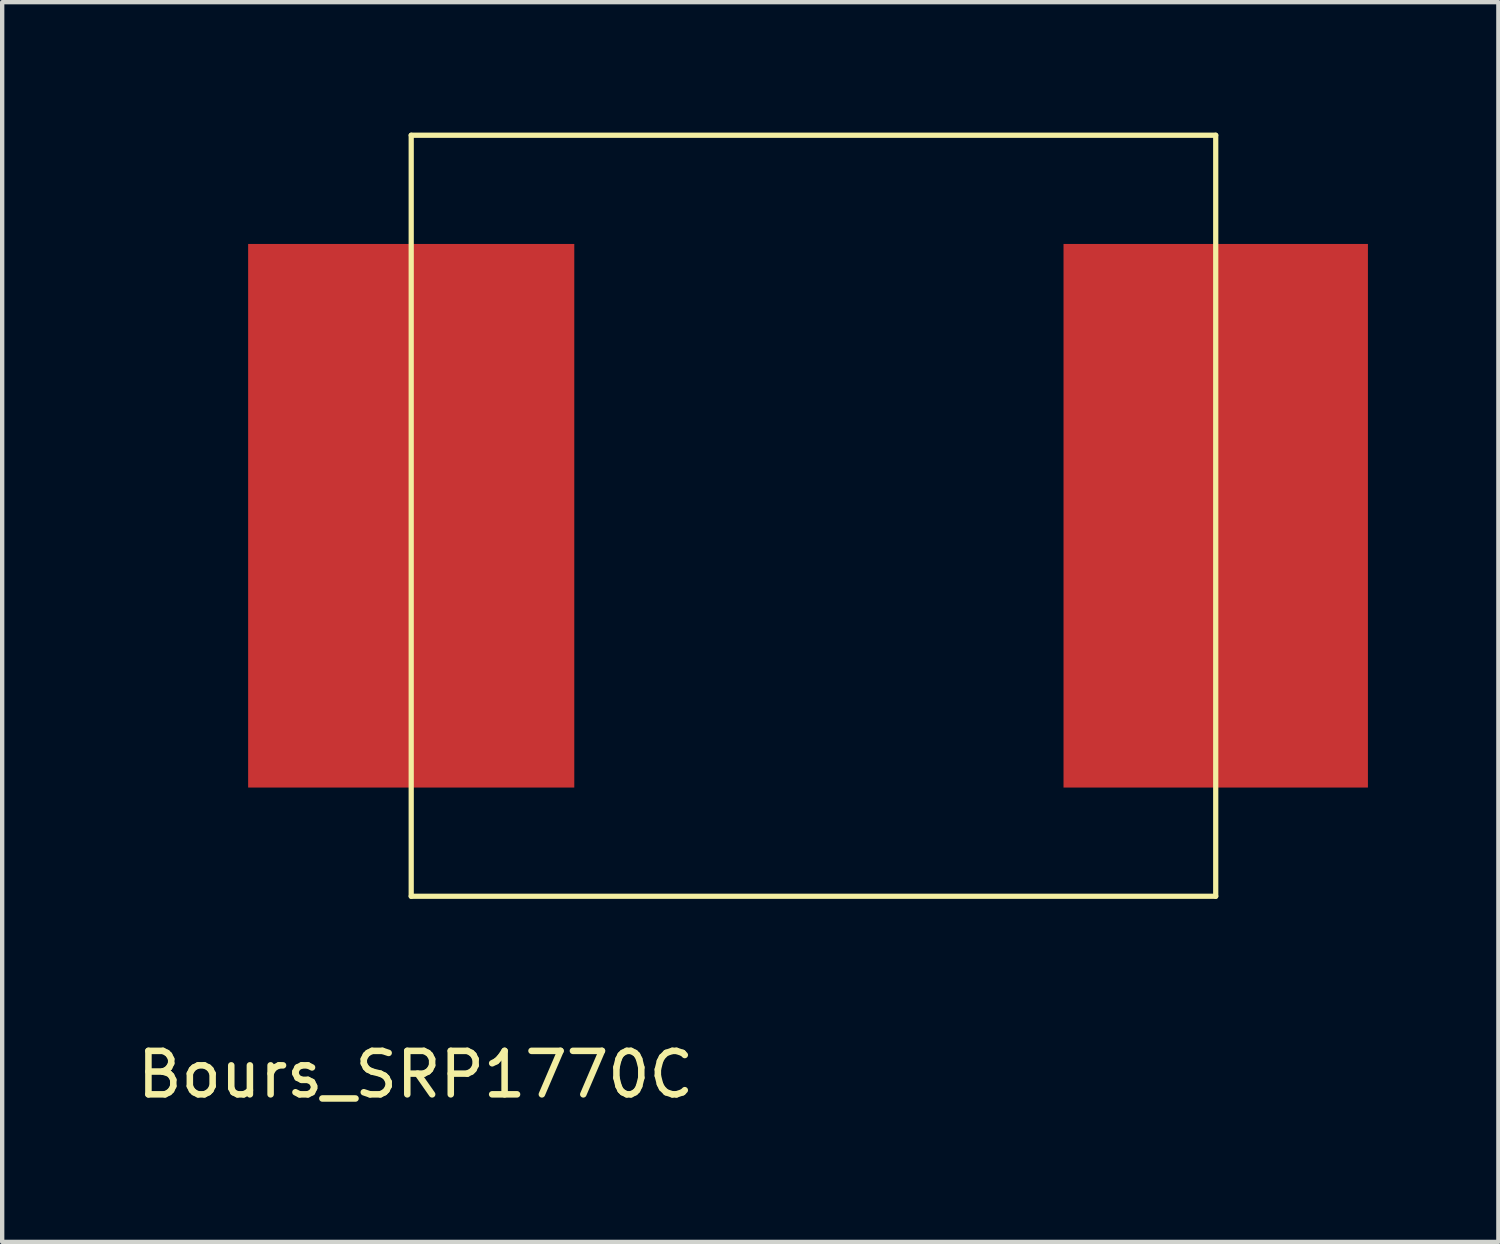
<source format=kicad_pcb>
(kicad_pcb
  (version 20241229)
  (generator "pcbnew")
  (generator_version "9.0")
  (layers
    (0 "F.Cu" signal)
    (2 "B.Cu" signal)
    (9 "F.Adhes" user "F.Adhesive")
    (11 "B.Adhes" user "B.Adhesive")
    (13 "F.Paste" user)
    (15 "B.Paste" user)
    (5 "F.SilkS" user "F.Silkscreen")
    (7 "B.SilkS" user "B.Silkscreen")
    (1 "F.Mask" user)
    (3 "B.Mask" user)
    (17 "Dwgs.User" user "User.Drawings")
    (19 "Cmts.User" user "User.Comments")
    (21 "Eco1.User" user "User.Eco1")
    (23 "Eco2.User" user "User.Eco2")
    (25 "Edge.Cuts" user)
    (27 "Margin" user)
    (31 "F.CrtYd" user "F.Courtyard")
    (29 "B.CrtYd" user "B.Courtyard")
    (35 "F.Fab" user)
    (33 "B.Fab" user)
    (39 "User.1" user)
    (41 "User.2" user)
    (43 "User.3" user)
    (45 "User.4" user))
  (footprint "Bours_SRP1770C"
    (layer "F.Cu")
    (at 6.406 17.56)
    (property "Reference" "Bours_SRP1770C" (at 0.1 4.1 0) (layer "F.SilkS") (effects (font (size 1 1) (thickness 0.15))))
    (attr through_hole)
    (fp_line (start 0 -17.5) (end 0 0) (stroke (width 0.12) (type solid)) (layer "F.SilkS"))
    (fp_line (start 0 0) (end 18.5 0) (stroke (width 0.12) (type solid)) (layer "F.SilkS"))
    (fp_line (start 18.5 -17.5) (end 0 -17.5) (stroke (width 0.12) (type solid)) (layer "F.SilkS"))
    (fp_line (start 18.5 0) (end 18.5 -17.5) (stroke (width 0.12) (type solid)) (layer "F.SilkS"))
    (pad "1" smd rect (at 0 -8.75) (size 7.5 12.5) (layers "F.Cu" "F.Mask" "F.Paste"))
    (pad "2" smd rect (at 18.5 -8.75) (size 7 12.5) (layers "F.Cu" "F.Mask" "F.Paste")))
  (gr_rect
    (start -3 -3)
    (end 31.406 25.508)
    (stroke (width 0.1) (type default))
    (fill no)
    (layer "Edge.Cuts")))
</source>
